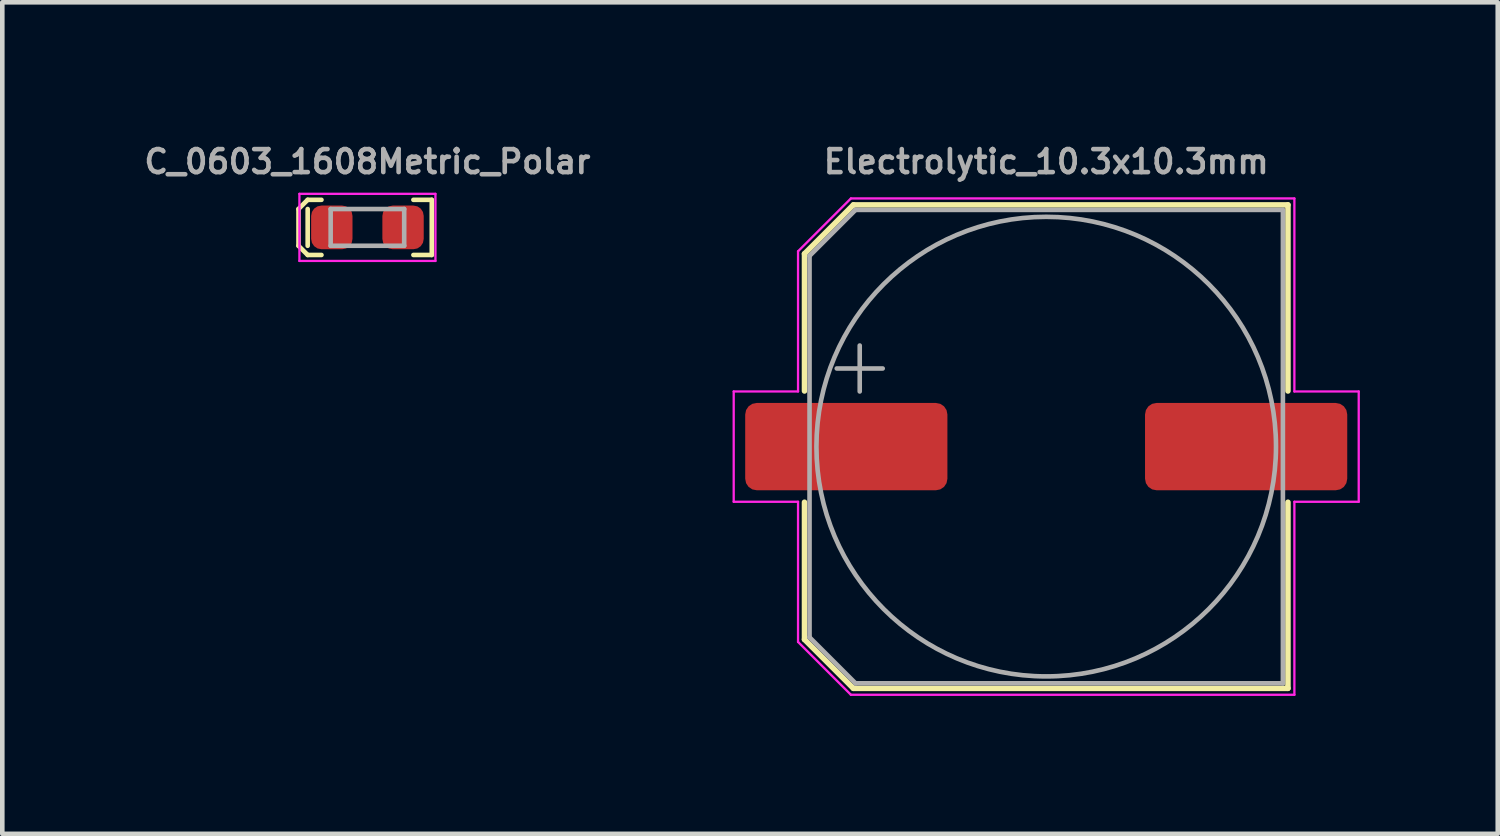
<source format=kicad_pcb>
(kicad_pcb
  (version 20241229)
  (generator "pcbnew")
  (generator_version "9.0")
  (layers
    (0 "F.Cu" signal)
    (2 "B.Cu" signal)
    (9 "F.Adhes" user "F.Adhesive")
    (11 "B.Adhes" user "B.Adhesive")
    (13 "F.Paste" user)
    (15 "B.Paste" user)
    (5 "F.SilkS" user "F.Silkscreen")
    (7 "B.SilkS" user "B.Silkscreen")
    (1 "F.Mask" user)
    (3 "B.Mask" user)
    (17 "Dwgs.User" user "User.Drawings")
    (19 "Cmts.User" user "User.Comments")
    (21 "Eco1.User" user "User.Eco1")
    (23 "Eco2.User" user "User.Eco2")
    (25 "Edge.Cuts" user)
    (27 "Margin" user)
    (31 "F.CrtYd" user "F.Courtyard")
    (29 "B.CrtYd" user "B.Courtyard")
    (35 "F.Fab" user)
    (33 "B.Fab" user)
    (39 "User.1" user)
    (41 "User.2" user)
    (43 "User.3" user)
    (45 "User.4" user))
  (footprint "Electrolytic_10.3x10.3mm"
    (layer "F.Cu")
    (at 19.715 6.668)
    (property "Reference" "Electrolytic_10.3x10.3mm" (at 0 -6.2 0) (layer "F.Fab") (effects (font (size 0.5 0.5) (thickness 0.1))))
    (attr smd)
    (fp_line (start -5.26 -4.196) (end -5.26 -1.21) (stroke (width 0.12) (type solid)) (layer "F.SilkS"))
    (fp_line (start -5.26 -4.196) (end -4.196 -5.26) (stroke (width 0.12) (type solid)) (layer "F.SilkS"))
    (fp_line (start -5.26 4.196) (end -5.26 1.21) (stroke (width 0.12) (type solid)) (layer "F.SilkS"))
    (fp_line (start -5.26 4.196) (end -4.196 5.26) (stroke (width 0.12) (type solid)) (layer "F.SilkS"))
    (fp_line (start -4.196 -5.26) (end 5.26 -5.26) (stroke (width 0.12) (type solid)) (layer "F.SilkS"))
    (fp_line (start -4.196 5.26) (end 5.26 5.26) (stroke (width 0.12) (type solid)) (layer "F.SilkS"))
    (fp_line (start 5.26 -5.26) (end 5.26 -1.21) (stroke (width 0.12) (type solid)) (layer "F.SilkS"))
    (fp_line (start 5.26 5.26) (end 5.26 1.21) (stroke (width 0.12) (type solid)) (layer "F.SilkS"))
    (fp_line (start -6.8 -1.2) (end -6.8 1.2) (stroke (width 0.05) (type solid)) (layer "F.CrtYd"))
    (fp_line (start -6.8 1.2) (end -5.4 1.2) (stroke (width 0.05) (type solid)) (layer "F.CrtYd"))
    (fp_line (start -5.4 -4.25) (end -5.4 -1.2) (stroke (width 0.05) (type solid)) (layer "F.CrtYd"))
    (fp_line (start -5.4 -4.25) (end -4.25 -5.4) (stroke (width 0.05) (type solid)) (layer "F.CrtYd"))
    (fp_line (start -5.4 -1.2) (end -6.8 -1.2) (stroke (width 0.05) (type solid)) (layer "F.CrtYd"))
    (fp_line (start -5.4 1.2) (end -5.4 4.25) (stroke (width 0.05) (type solid)) (layer "F.CrtYd"))
    (fp_line (start -5.4 4.25) (end -4.25 5.4) (stroke (width 0.05) (type solid)) (layer "F.CrtYd"))
    (fp_line (start -4.25 -5.4) (end 5.4 -5.4) (stroke (width 0.05) (type solid)) (layer "F.CrtYd"))
    (fp_line (start -4.25 5.4) (end 5.4 5.4) (stroke (width 0.05) (type solid)) (layer "F.CrtYd"))
    (fp_line (start 5.4 -5.4) (end 5.4 -1.2) (stroke (width 0.05) (type solid)) (layer "F.CrtYd"))
    (fp_line (start 5.4 -1.2) (end 6.8 -1.2) (stroke (width 0.05) (type solid)) (layer "F.CrtYd"))
    (fp_line (start 5.4 1.2) (end 5.4 5.4) (stroke (width 0.05) (type solid)) (layer "F.CrtYd"))
    (fp_line (start 6.8 -1.2) (end 6.8 1.2) (stroke (width 0.05) (type solid)) (layer "F.CrtYd"))
    (fp_line (start 6.8 1.2) (end 5.4 1.2) (stroke (width 0.05) (type solid)) (layer "F.CrtYd"))
    (fp_line (start -5.15 -4.15) (end -5.15 4.15) (stroke (width 0.1) (type solid)) (layer "F.Fab"))
    (fp_line (start -5.15 -4.15) (end -4.15 -5.15) (stroke (width 0.1) (type solid)) (layer "F.Fab"))
    (fp_line (start -5.15 4.15) (end -4.15 5.15) (stroke (width 0.1) (type solid)) (layer "F.Fab"))
    (fp_line (start -4.558 -1.7) (end -3.558 -1.7) (stroke (width 0.1) (type solid)) (layer "F.Fab"))
    (fp_line (start -4.15 -5.15) (end 5.15 -5.15) (stroke (width 0.1) (type solid)) (layer "F.Fab"))
    (fp_line (start -4.15 5.15) (end 5.15 5.15) (stroke (width 0.1) (type solid)) (layer "F.Fab"))
    (fp_line (start -4.058 -2.2) (end -4.058 -1.2) (stroke (width 0.1) (type solid)) (layer "F.Fab"))
    (fp_line (start 5.15 -5.15) (end 5.15 5.15) (stroke (width 0.1) (type solid)) (layer "F.Fab"))
    (fp_circle (center 0 0) (end 5 0) (stroke (width 0.1) (type solid)) (fill no) (layer "F.Fab"))
    (pad "1" smd roundrect (at -4.35 0) (size 4.4 1.9) (layers "F.Cu" "F.Mask" "F.Paste") (roundrect_rratio 0.132))
    (pad "2" smd roundrect (at 4.35 0) (size 4.4 1.9) (layers "F.Cu" "F.Mask" "F.Paste") (roundrect_rratio 0.132)))
  (footprint "C_0603_1608Metric_Polar"
    (layer "F.Cu")
    (at 4.945 1.898)
    (property "Reference" "C_0603_1608Metric_Polar" (at 0 -1.43 0) (layer "F.Fab") (effects (font (size 0.5 0.5) (thickness 0.1) (bold yes))))
    (attr smd)
    (fp_line (start -1.5 -0.4) (end -1.3 -0.6) (stroke (width 0.1) (type default)) (layer "F.SilkS"))
    (fp_line (start -1.5 0.4) (end -1.5 -0.4) (stroke (width 0.1) (type default)) (layer "F.SilkS"))
    (fp_line (start -1.3 -0.6) (end -1 -0.6) (stroke (width 0.1) (type default)) (layer "F.SilkS"))
    (fp_line (start -1.3 0.4) (end -1.3 -0.4) (stroke (width 0.1) (type default)) (layer "F.SilkS"))
    (fp_line (start -1.3 0.6) (end -1.5 0.4) (stroke (width 0.1) (type default)) (layer "F.SilkS"))
    (fp_line (start -1 0.6) (end -1.3 0.6) (stroke (width 0.1) (type default)) (layer "F.SilkS"))
    (fp_line (start 1 0.6) (end 1.4 0.6) (stroke (width 0.1) (type default)) (layer "F.SilkS"))
    (fp_line (start 1.4 -0.6) (end 1 -0.6) (stroke (width 0.1) (type default)) (layer "F.SilkS"))
    (fp_line (start 1.4 0.6) (end 1.4 -0.6) (stroke (width 0.1) (type default)) (layer "F.SilkS"))
    (fp_line (start -1.48 -0.73) (end 1.48 -0.73) (stroke (width 0.05) (type solid)) (layer "F.CrtYd"))
    (fp_line (start -1.48 0.73) (end -1.48 -0.73) (stroke (width 0.05) (type solid)) (layer "F.CrtYd"))
    (fp_line (start 1.48 -0.73) (end 1.48 0.73) (stroke (width 0.05) (type solid)) (layer "F.CrtYd"))
    (fp_line (start 1.48 0.73) (end -1.48 0.73) (stroke (width 0.05) (type solid)) (layer "F.CrtYd"))
    (fp_line (start -0.8 -0.4) (end 0.8 -0.4) (stroke (width 0.1) (type solid)) (layer "F.Fab"))
    (fp_line (start -0.8 0.4) (end -0.8 -0.4) (stroke (width 0.1) (type solid)) (layer "F.Fab"))
    (fp_line (start 0.8 -0.4) (end 0.8 0.4) (stroke (width 0.1) (type solid)) (layer "F.Fab"))
    (fp_line (start 0.8 0.4) (end -0.8 0.4) (stroke (width 0.1) (type solid)) (layer "F.Fab"))
    (pad "1" smd roundrect (at -0.775 0 180) (size 0.9 0.95) (layers "F.Cu" "F.Mask" "F.Paste") (roundrect_rratio 0.25))
    (pad "2" smd roundrect (at 0.775 0 180) (size 0.9 0.95) (layers "F.Cu" "F.Mask" "F.Paste") (roundrect_rratio 0.25)))
  (gr_rect
    (start -3 -3)
    (end 29.54 15.093)
    (stroke (width 0.1) (type default))
    (fill no)
    (layer "Edge.Cuts")))
</source>
